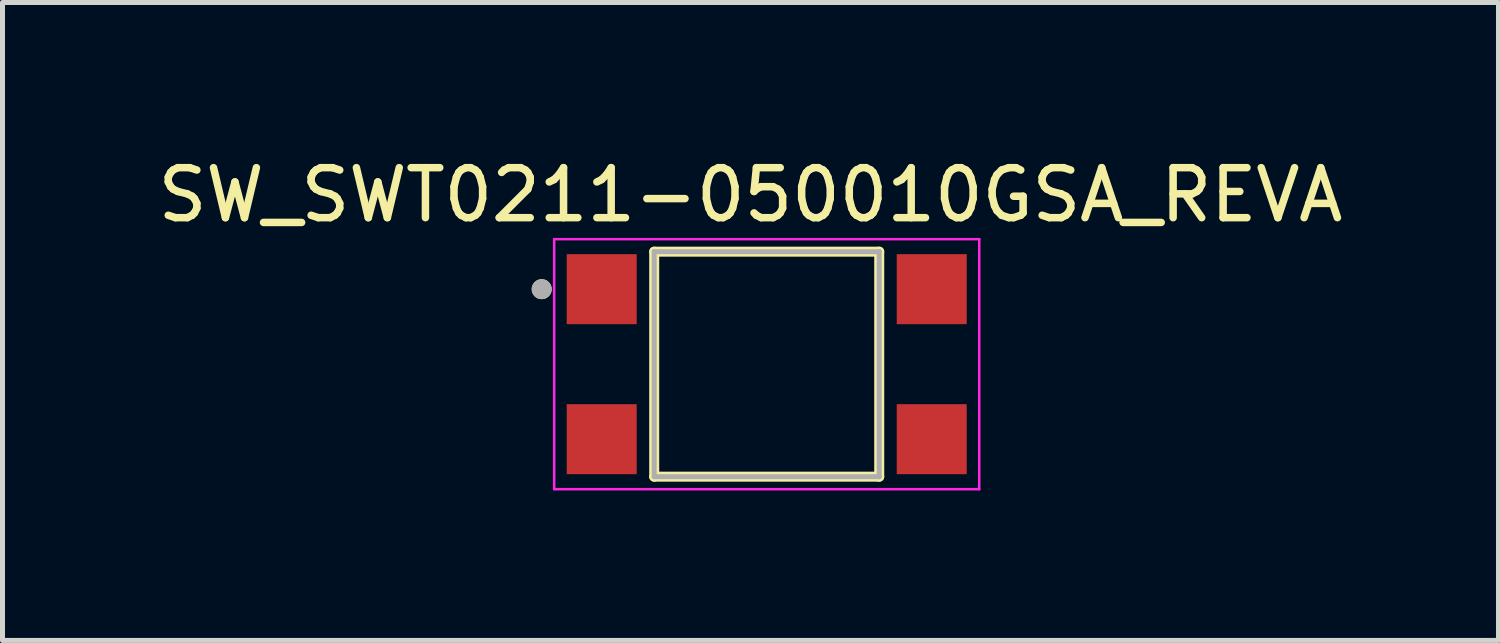
<source format=kicad_pcb>
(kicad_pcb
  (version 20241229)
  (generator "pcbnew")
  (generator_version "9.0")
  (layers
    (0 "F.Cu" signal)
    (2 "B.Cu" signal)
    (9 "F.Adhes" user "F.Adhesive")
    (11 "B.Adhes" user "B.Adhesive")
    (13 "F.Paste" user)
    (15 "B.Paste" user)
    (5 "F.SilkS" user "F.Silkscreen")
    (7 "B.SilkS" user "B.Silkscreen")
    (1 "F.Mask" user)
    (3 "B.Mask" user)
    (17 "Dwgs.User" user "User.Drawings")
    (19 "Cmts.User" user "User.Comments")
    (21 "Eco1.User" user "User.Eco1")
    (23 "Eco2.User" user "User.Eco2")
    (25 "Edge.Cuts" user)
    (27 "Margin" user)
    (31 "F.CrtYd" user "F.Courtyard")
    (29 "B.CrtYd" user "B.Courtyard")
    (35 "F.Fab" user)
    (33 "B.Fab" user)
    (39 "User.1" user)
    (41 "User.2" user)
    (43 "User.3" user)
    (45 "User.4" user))
  (footprint "SW_SWT0211-050010GSA_REVA"
    (layer "F.Cu")
    (at 12.283 4.233)
    (property "Reference" "SW_SWT0211-050010GSA_REVA" (at -0.325 -3.385 0) (layer "F.SilkS") (effects (font (size 1 1) (thickness 0.15))))
    (attr smd)
    (fp_line (start -2.25 -2.25) (end 2.25 -2.25) (stroke (width 0.2) (type solid)) (layer "F.SilkS"))
    (fp_line (start -2.25 2.25) (end -2.25 -2.25) (stroke (width 0.2) (type solid)) (layer "F.SilkS"))
    (fp_line (start 2.25 -2.25) (end 2.25 2.25) (stroke (width 0.2) (type solid)) (layer "F.SilkS"))
    (fp_line (start 2.25 2.25) (end -2.25 2.25) (stroke (width 0.2) (type solid)) (layer "F.SilkS"))
    (fp_circle (center -4.5 -1.5) (end -4.4 -1.5) (stroke (width 0.2) (type solid)) (fill no) (layer "F.SilkS"))
    (fp_line (start -4.25 -2.5) (end 4.25 -2.5) (stroke (width 0.05) (type solid)) (layer "F.CrtYd"))
    (fp_line (start -4.25 2.5) (end -4.25 -2.5) (stroke (width 0.05) (type solid)) (layer "F.CrtYd"))
    (fp_line (start 4.25 -2.5) (end 4.25 2.5) (stroke (width 0.05) (type solid)) (layer "F.CrtYd"))
    (fp_line (start 4.25 2.5) (end -4.25 2.5) (stroke (width 0.05) (type solid)) (layer "F.CrtYd"))
    (fp_line (start -2.25 -2.25) (end 2.25 -2.25) (stroke (width 0.1) (type solid)) (layer "F.Fab"))
    (fp_line (start -2.25 2.25) (end -2.25 -2.25) (stroke (width 0.1) (type solid)) (layer "F.Fab"))
    (fp_line (start 2.25 -2.25) (end 2.25 2.25) (stroke (width 0.1) (type solid)) (layer "F.Fab"))
    (fp_line (start 2.25 2.25) (end -2.25 2.25) (stroke (width 0.1) (type solid)) (layer "F.Fab"))
    (fp_circle (center -4.5 -1.5) (end -4.4 -1.5) (stroke (width 0.2) (type solid)) (fill no) (layer "F.Fab"))
    (pad "1" smd rect (at -3.3 -1.5) (size 1.4 1.4) (layers "F.Cu" "F.Mask" "F.Paste"))
    (pad "2" smd rect (at 3.3 -1.5) (size 1.4 1.4) (layers "F.Cu" "F.Mask" "F.Paste"))
    (pad "3" smd rect (at -3.3 1.5) (size 1.4 1.4) (layers "F.Cu" "F.Mask" "F.Paste"))
    (pad "4" smd rect (at 3.3 1.5) (size 1.4 1.4) (layers "F.Cu" "F.Mask" "F.Paste")))
  (gr_rect
    (start -3 -3)
    (end 26.917 9.758)
    (stroke (width 0.1) (type default))
    (fill no)
    (layer "Edge.Cuts")))
</source>
